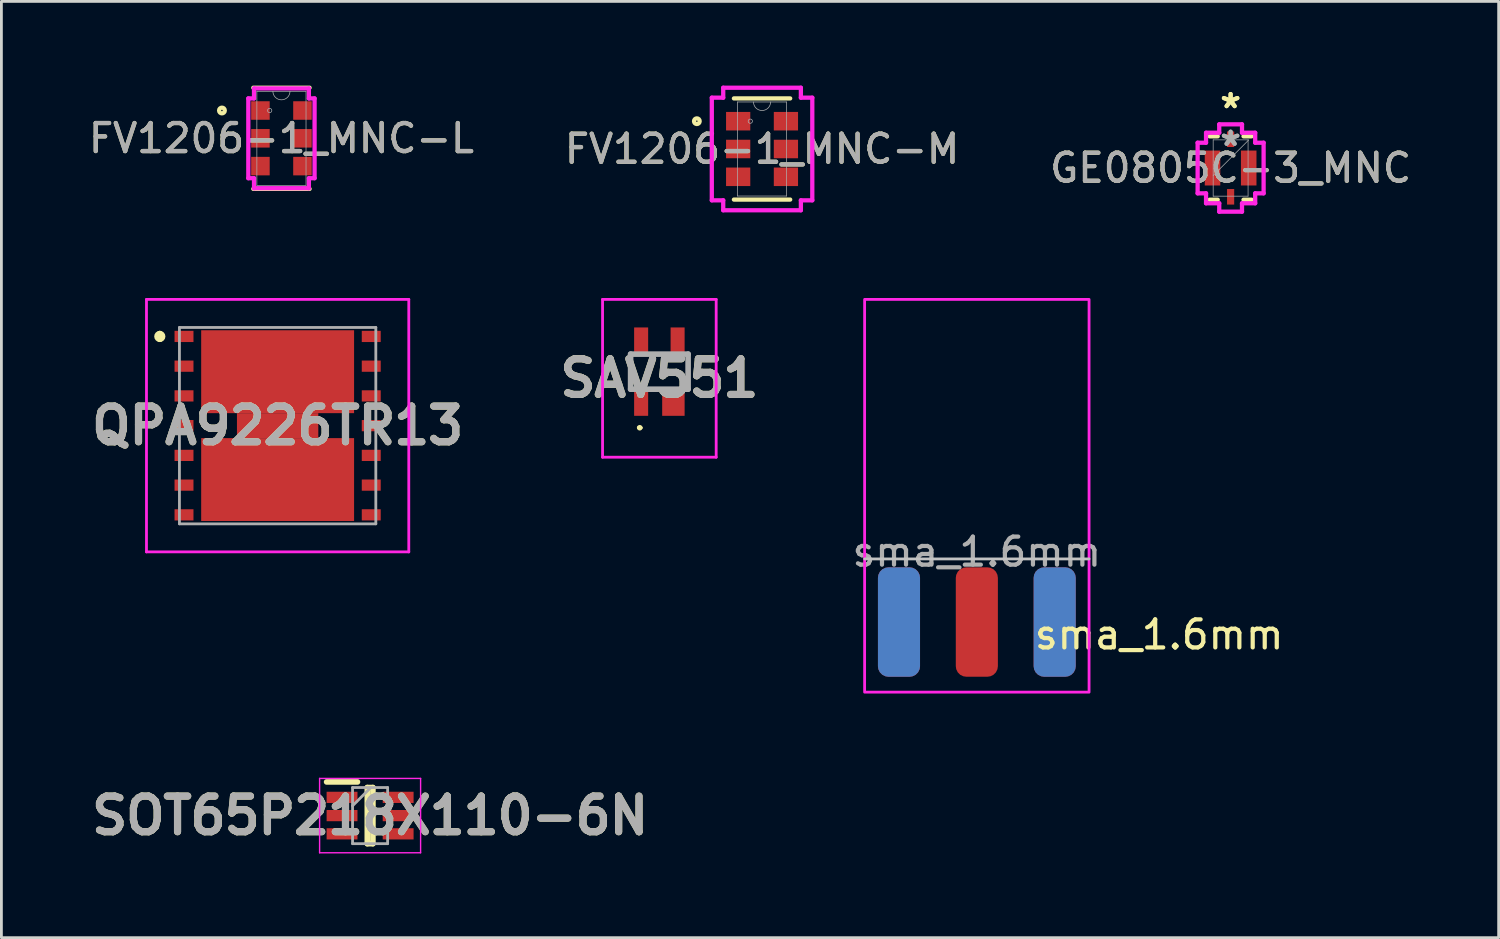
<source format=kicad_pcb>
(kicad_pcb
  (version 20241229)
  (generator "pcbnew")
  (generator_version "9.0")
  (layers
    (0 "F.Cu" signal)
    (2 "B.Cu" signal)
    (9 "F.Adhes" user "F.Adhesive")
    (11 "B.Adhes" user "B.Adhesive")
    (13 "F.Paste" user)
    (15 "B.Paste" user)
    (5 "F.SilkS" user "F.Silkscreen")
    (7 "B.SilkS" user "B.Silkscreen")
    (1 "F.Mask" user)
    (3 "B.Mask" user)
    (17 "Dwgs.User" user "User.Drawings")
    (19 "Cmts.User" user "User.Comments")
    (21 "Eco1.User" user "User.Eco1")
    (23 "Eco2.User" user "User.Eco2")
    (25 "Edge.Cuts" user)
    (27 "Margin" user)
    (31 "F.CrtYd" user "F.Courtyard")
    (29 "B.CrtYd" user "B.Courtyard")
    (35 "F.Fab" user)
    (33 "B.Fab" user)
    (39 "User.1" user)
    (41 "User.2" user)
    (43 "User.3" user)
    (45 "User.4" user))
  (footprint "FV1206-1_MNC-L"
    (layer "F.Cu")
    (at 6.982 1.88)
    (property "Reference" "FV1206-1_MNC-L" (at 0 0 0) (unlocked yes) (layer "F.SilkS") (effects (font (size 1 1) (thickness 0.15))))
    (attr smd)
    (fp_line (start -1.003 1.803) (end 1.003 1.803) (stroke (width 0.152) (type solid)) (layer "F.SilkS"))
    (fp_line (start 1.003 -1.803) (end -1.003 -1.803) (stroke (width 0.152) (type solid)) (layer "F.SilkS"))
    (fp_circle (center -2.121 -0.991) (end -2.019 -0.991) (stroke (width 0.152) (type solid)) (fill no) (layer "F.SilkS"))
    (fp_line (start -1.181 -1.422) (end -0.978 -1.422) (stroke (width 0.152) (type solid)) (layer "F.CrtYd"))
    (fp_line (start -1.181 1.422) (end -1.181 -1.422) (stroke (width 0.152) (type solid)) (layer "F.CrtYd"))
    (fp_line (start -1.181 1.422) (end -0.978 1.422) (stroke (width 0.152) (type solid)) (layer "F.CrtYd"))
    (fp_line (start -0.978 -1.778) (end 0.978 -1.778) (stroke (width 0.152) (type solid)) (layer "F.CrtYd"))
    (fp_line (start -0.978 -1.422) (end -0.978 -1.778) (stroke (width 0.152) (type solid)) (layer "F.CrtYd"))
    (fp_line (start -0.978 1.778) (end -0.978 1.422) (stroke (width 0.152) (type solid)) (layer "F.CrtYd"))
    (fp_line (start 0.978 -1.778) (end 0.978 -1.422) (stroke (width 0.152) (type solid)) (layer "F.CrtYd"))
    (fp_line (start 0.978 1.422) (end 0.978 1.778) (stroke (width 0.152) (type solid)) (layer "F.CrtYd"))
    (fp_line (start 0.978 1.778) (end -0.978 1.778) (stroke (width 0.152) (type solid)) (layer "F.CrtYd"))
    (fp_line (start 1.181 -1.422) (end 0.978 -1.422) (stroke (width 0.152) (type solid)) (layer "F.CrtYd"))
    (fp_line (start 1.181 -1.422) (end 1.181 1.422) (stroke (width 0.152) (type solid)) (layer "F.CrtYd"))
    (fp_line (start 1.181 1.422) (end 0.978 1.422) (stroke (width 0.152) (type solid)) (layer "F.CrtYd"))
    (fp_line (start -0.876 -1.676) (end -0.876 1.676) (stroke (width 0.025) (type solid)) (layer "F.Fab"))
    (fp_line (start -0.876 1.676) (end 0.876 1.676) (stroke (width 0.025) (type solid)) (layer "F.Fab"))
    (fp_line (start 0.876 -1.676) (end -0.876 -1.676) (stroke (width 0.025) (type solid)) (layer "F.Fab"))
    (fp_line (start 0.876 1.676) (end 0.876 -1.676) (stroke (width 0.025) (type solid)) (layer "F.Fab"))
    (fp_arc (start 0.3048 -1.6764) (mid 0 -1.3716) (end -0.3048 -1.6764) (stroke (width 0.0254) (type solid)) (layer "F.Fab"))
    (fp_circle (center -0.419 -0.991) (end -0.343 -0.991) (stroke (width 0.025) (type solid)) (fill no) (layer "F.Fab"))
    (fp_text user "${REFERENCE}" (at 0 0 0) (unlocked yes) (layer "F.Fab") (effects (font (size 1 1) (thickness 0.15))))
    (pad "1" smd rect (at -0.749 -0.991) (size 0.66 0.66) (layers "F.Cu" "F.Mask" "F.Paste"))
    (pad "2" smd rect (at -0.749 0) (size 0.66 0.66) (layers "F.Cu" "F.Mask" "F.Paste"))
    (pad "3" smd rect (at -0.749 0.991) (size 0.66 0.66) (layers "F.Cu" "F.Mask" "F.Paste"))
    (pad "4" smd rect (at 0.749 0.991) (size 0.66 0.66) (layers "F.Cu" "F.Mask" "F.Paste"))
    (pad "5" smd rect (at 0.749 0) (size 0.66 0.66) (layers "F.Cu" "F.Mask" "F.Paste"))
    (pad "6" smd rect (at 0.749 -0.991) (size 0.66 0.66) (layers "F.Cu" "F.Mask" "F.Paste")))
  (footprint "QPA9226TR13"
    (layer "F.Cu")
    (at 6.846 12.122)
    (property "Reference" "QPA9226TR13" (at 0 0 0) (layer "F.SilkS") (effects (font (size 1.27 1.27) (thickness 0.254))))
    (attr smd)
    (fp_line (start -4.2 -3.28) (end -4.2 -3.28) (stroke (width 0.2) (type solid)) (layer "F.SilkS"))
    (fp_line (start -4.2 -3.08) (end -4.2 -3.08) (stroke (width 0.2) (type solid)) (layer "F.SilkS"))
    (fp_arc (start -4.2 -3.28) (mid -4.1 -3.18) (end -4.2 -3.08) (stroke (width 0.2) (type solid)) (layer "F.SilkS"))
    (fp_arc (start -4.2 -3.08) (mid -4.3 -3.18) (end -4.2 -3.28) (stroke (width 0.2) (type solid)) (layer "F.SilkS"))
    (fp_line (start -4.675 -4.5) (end 4.675 -4.5) (stroke (width 0.1) (type solid)) (layer "F.CrtYd"))
    (fp_line (start -4.675 4.5) (end -4.675 -4.5) (stroke (width 0.1) (type solid)) (layer "F.CrtYd"))
    (fp_line (start 4.675 -4.5) (end 4.675 4.5) (stroke (width 0.1) (type solid)) (layer "F.CrtYd"))
    (fp_line (start 4.675 4.5) (end -4.675 4.5) (stroke (width 0.1) (type solid)) (layer "F.CrtYd"))
    (fp_line (start -3.5 -3.5) (end 3.5 -3.5) (stroke (width 0.1) (type solid)) (layer "F.Fab"))
    (fp_line (start -3.5 3.5) (end -3.5 -3.5) (stroke (width 0.1) (type solid)) (layer "F.Fab"))
    (fp_line (start 3.5 -3.5) (end 3.5 3.5) (stroke (width 0.1) (type solid)) (layer "F.Fab"))
    (fp_line (start 3.5 3.5) (end -3.5 3.5) (stroke (width 0.1) (type solid)) (layer "F.Fab"))
    (fp_text user "${REFERENCE}" (at 0 0 0) (layer "F.Fab") (effects (font (size 1.27 1.27) (thickness 0.254))))
    (pad "1" smd rect (at -3.337 -3.18 90) (size 0.4 0.675) (layers "F.Cu" "F.Mask" "F.Paste"))
    (pad "2" smd rect (at -3.337 -2.12 90) (size 0.4 0.675) (layers "F.Cu" "F.Mask" "F.Paste"))
    (pad "3" smd rect (at -3.337 -1.06 90) (size 0.4 0.675) (layers "F.Cu" "F.Mask" "F.Paste"))
    (pad "4" smd rect (at -3.337 0 90) (size 0.4 0.675) (layers "F.Cu" "F.Mask" "F.Paste"))
    (pad "5" smd rect (at -3.337 1.06 90) (size 0.4 0.675) (layers "F.Cu" "F.Mask" "F.Paste"))
    (pad "6" smd rect (at -3.337 2.12 90) (size 0.4 0.675) (layers "F.Cu" "F.Mask" "F.Paste"))
    (pad "7" smd rect (at -3.337 3.18 90) (size 0.4 0.675) (layers "F.Cu" "F.Mask" "F.Paste"))
    (pad "8" smd rect (at 3.337 3.18 90) (size 0.4 0.675) (layers "F.Cu" "F.Mask" "F.Paste"))
    (pad "9" smd rect (at 3.337 2.12 90) (size 0.4 0.675) (layers "F.Cu" "F.Mask" "F.Paste"))
    (pad "10" smd rect (at 3.337 1.06 90) (size 0.4 0.675) (layers "F.Cu" "F.Mask" "F.Paste"))
    (pad "11" smd rect (at 3.337 0 90) (size 0.4 0.675) (layers "F.Cu" "F.Mask" "F.Paste"))
    (pad "12" smd rect (at 3.337 -1.06 90) (size 0.4 0.675) (layers "F.Cu" "F.Mask" "F.Paste"))
    (pad "13" smd rect (at 3.337 -2.12 90) (size 0.4 0.675) (layers "F.Cu" "F.Mask" "F.Paste"))
    (pad "14" smd rect (at 3.337 -3.18 90) (size 0.4 0.675) (layers "F.Cu" "F.Mask" "F.Paste"))
    (pad "15" smd rect (at 0 1.922 90) (size 2.955 5.45) (layers "F.Cu" "F.Mask" "F.Paste"))
    (pad "16" smd rect (at 0 -1.923 90) (size 2.955 5.45) (layers "F.Cu" "F.Mask" "F.Paste"))
    (pad "17" smd rect (at 0 0 90) (size 0.89 2.9) (layers "F.Cu" "F.Mask" "F.Paste")))
  (footprint "SOT65P218X110-6N"
    (layer "F.Cu")
    (at 10.142 26.022)
    (property "Reference" "SOT65P218X110-6N" (at 0 0 0) (layer "F.SilkS") (effects (font (size 1.27 1.27) (thickness 0.254))))
    (attr smd)
    (fp_line (start -1.55 -1.2) (end -0.45 -1.2) (stroke (width 0.2) (type solid)) (layer "F.SilkS"))
    (fp_line (start -0.1 -1) (end 0.1 -1) (stroke (width 0.2) (type solid)) (layer "F.SilkS"))
    (fp_line (start -0.1 1) (end -0.1 -1) (stroke (width 0.2) (type solid)) (layer "F.SilkS"))
    (fp_line (start 0.1 -1) (end 0.1 1) (stroke (width 0.2) (type solid)) (layer "F.SilkS"))
    (fp_line (start 0.1 1) (end -0.1 1) (stroke (width 0.2) (type solid)) (layer "F.SilkS"))
    (fp_line (start -1.8 -1.325) (end 1.8 -1.325) (stroke (width 0.05) (type solid)) (layer "F.CrtYd"))
    (fp_line (start -1.8 1.325) (end -1.8 -1.325) (stroke (width 0.05) (type solid)) (layer "F.CrtYd"))
    (fp_line (start 1.8 -1.325) (end 1.8 1.325) (stroke (width 0.05) (type solid)) (layer "F.CrtYd"))
    (fp_line (start 1.8 1.325) (end -1.8 1.325) (stroke (width 0.05) (type solid)) (layer "F.CrtYd"))
    (fp_line (start -0.625 -1) (end 0.625 -1) (stroke (width 0.1) (type solid)) (layer "F.Fab"))
    (fp_line (start -0.625 -0.35) (end 0.025 -1) (stroke (width 0.1) (type solid)) (layer "F.Fab"))
    (fp_line (start -0.625 1) (end -0.625 -1) (stroke (width 0.1) (type solid)) (layer "F.Fab"))
    (fp_line (start 0.625 -1) (end 0.625 1) (stroke (width 0.1) (type solid)) (layer "F.Fab"))
    (fp_line (start 0.625 1) (end -0.625 1) (stroke (width 0.1) (type solid)) (layer "F.Fab"))
    (fp_text user "${REFERENCE}" (at 0 0 0) (layer "F.Fab") (effects (font (size 1.27 1.27) (thickness 0.254))))
    (pad "1" smd rect (at -1 -0.65 90) (size 0.4 1.1) (layers "F.Cu" "F.Mask" "F.Paste"))
    (pad "2" smd rect (at -1 0 90) (size 0.4 1.1) (layers "F.Cu" "F.Mask" "F.Paste"))
    (pad "3" smd rect (at -1 0.65 90) (size 0.4 1.1) (layers "F.Cu" "F.Mask" "F.Paste"))
    (pad "4" smd rect (at 1 0.65 90) (size 0.4 1.1) (layers "F.Cu" "F.Mask" "F.Paste"))
    (pad "5" smd rect (at 1 0 90) (size 0.4 1.1) (layers "F.Cu" "F.Mask" "F.Paste"))
    (pad "6" smd rect (at 1 -0.65 90) (size 0.4 1.1) (layers "F.Cu" "F.Mask" "F.Paste")))
  (footprint "GE0805C-3_MNC"
    (layer "F.Cu")
    (at 40.815 2.939)
    (property "Reference" "GE0805C-3_MNC" (at 0 0 0) (unlocked yes) (layer "F.SilkS") (effects (font (size 1 1) (thickness 0.15))))
    (attr smd)
    (fp_line (start -0.749 1.13) (end -0.46 1.13) (stroke (width 0.152) (type solid)) (layer "F.SilkS"))
    (fp_line (start -0.46 -1.13) (end -0.749 -1.13) (stroke (width 0.152) (type solid)) (layer "F.SilkS"))
    (fp_line (start 0.46 1.13) (end 0.749 1.13) (stroke (width 0.152) (type solid)) (layer "F.SilkS"))
    (fp_line (start 0.749 -1.13) (end 0.46 -1.13) (stroke (width 0.152) (type solid)) (layer "F.SilkS"))
    (fp_line (start -1.176 -0.902) (end -0.876 -0.902) (stroke (width 0.152) (type solid)) (layer "F.CrtYd"))
    (fp_line (start -1.176 0.902) (end -1.176 -0.902) (stroke (width 0.152) (type solid)) (layer "F.CrtYd"))
    (fp_line (start -0.876 -1.257) (end -0.406 -1.257) (stroke (width 0.152) (type solid)) (layer "F.CrtYd"))
    (fp_line (start -0.876 -0.902) (end -0.876 -1.257) (stroke (width 0.152) (type solid)) (layer "F.CrtYd"))
    (fp_line (start -0.876 0.902) (end -1.176 0.902) (stroke (width 0.152) (type solid)) (layer "F.CrtYd"))
    (fp_line (start -0.876 1.257) (end -0.876 0.902) (stroke (width 0.152) (type solid)) (layer "F.CrtYd"))
    (fp_line (start -0.876 1.257) (end -0.406 1.257) (stroke (width 0.152) (type solid)) (layer "F.CrtYd"))
    (fp_line (start -0.406 -1.557) (end 0.406 -1.557) (stroke (width 0.152) (type solid)) (layer "F.CrtYd"))
    (fp_line (start -0.406 -1.257) (end -0.406 -1.557) (stroke (width 0.152) (type solid)) (layer "F.CrtYd"))
    (fp_line (start -0.406 1.257) (end -0.406 1.557) (stroke (width 0.152) (type solid)) (layer "F.CrtYd"))
    (fp_line (start -0.406 1.557) (end 0.406 1.557) (stroke (width 0.152) (type solid)) (layer "F.CrtYd"))
    (fp_line (start 0.406 -1.557) (end 0.406 -1.257) (stroke (width 0.152) (type solid)) (layer "F.CrtYd"))
    (fp_line (start 0.406 -1.257) (end 0.876 -1.257) (stroke (width 0.152) (type solid)) (layer "F.CrtYd"))
    (fp_line (start 0.406 1.257) (end 0.876 1.257) (stroke (width 0.152) (type solid)) (layer "F.CrtYd"))
    (fp_line (start 0.406 1.557) (end 0.406 1.257) (stroke (width 0.152) (type solid)) (layer "F.CrtYd"))
    (fp_line (start 0.876 -0.902) (end 0.876 -1.257) (stroke (width 0.152) (type solid)) (layer "F.CrtYd"))
    (fp_line (start 0.876 0.902) (end 1.176 0.902) (stroke (width 0.152) (type solid)) (layer "F.CrtYd"))
    (fp_line (start 0.876 1.257) (end 0.876 0.902) (stroke (width 0.152) (type solid)) (layer "F.CrtYd"))
    (fp_line (start 1.176 -0.902) (end 0.876 -0.902) (stroke (width 0.152) (type solid)) (layer "F.CrtYd"))
    (fp_line (start 1.176 0.902) (end 1.176 -0.902) (stroke (width 0.152) (type solid)) (layer "F.CrtYd"))
    (fp_line (start -0.622 -1.003) (end -0.622 1.003) (stroke (width 0.025) (type solid)) (layer "F.Fab"))
    (fp_line (start -0.622 0.267) (end 0.648 -1.003) (stroke (width 0.025) (type solid)) (layer "F.Fab"))
    (fp_line (start -0.622 1.003) (end 0.622 1.003) (stroke (width 0.025) (type solid)) (layer "F.Fab"))
    (fp_line (start 0.622 -1.003) (end -0.622 -1.003) (stroke (width 0.025) (type solid)) (layer "F.Fab"))
    (fp_line (start 0.622 1.003) (end 0.622 -1.003) (stroke (width 0.025) (type solid)) (layer "F.Fab"))
    (fp_text user "*" (at 0 -2.091 0) (unlocked yes) (layer "F.SilkS") (effects (font (size 1 1) (thickness 0.15))))
    (fp_text user "*" (at 0 -2.091 0) (layer "F.SilkS") (effects (font (size 1 1) (thickness 0.15))))
    (fp_text user "*" (at 0 -0.749 0) (layer "F.Fab") (effects (font (size 1 1) (thickness 0.15))))
    (fp_text user "${REFERENCE}" (at 0 0 0) (unlocked yes) (layer "F.Fab") (effects (font (size 1 1) (thickness 0.15))))
    (fp_text user "*" (at 0 -0.749 0) (unlocked yes) (layer "F.Fab") (effects (font (size 1 1) (thickness 0.15))))
    (pad "1" smd rect (at 0 -1.026) (size 0.255 0.554) (layers "F.Cu" "F.Mask" "F.Paste"))
    (pad "2" smd rect (at -0.645 0 90) (size 1.245 0.554) (layers "F.Cu" "F.Mask" "F.Paste"))
    (pad "3" smd rect (at 0 1.026) (size 0.255 0.554) (layers "F.Cu" "F.Mask" "F.Paste"))
    (pad "4" smd rect (at 0.645 0 90) (size 1.245 0.554) (layers "F.Cu" "F.Mask" "F.Paste")))
  (footprint "SAV551"
    (layer "F.Cu")
    (at 20.453 10.197)
    (property "Reference" "SAV551" (at 0 0.237 0) (layer "F.SilkS") (effects (font (size 1.27 1.27) (thickness 0.254))))
    (attr smd)
    (fp_line (start -1.025 -0.4) (end -1.025 0.4) (stroke (width 0.1) (type solid)) (layer "F.SilkS"))
    (fp_line (start -0.75 2) (end -0.75 2) (stroke (width 0.1) (type solid)) (layer "F.SilkS"))
    (fp_line (start -0.65 2) (end -0.65 2) (stroke (width 0.1) (type solid)) (layer "F.SilkS"))
    (fp_line (start 1.025 -0.4) (end 1.025 0.4) (stroke (width 0.1) (type solid)) (layer "F.SilkS"))
    (fp_arc (start -0.75 2) (mid -0.7 1.95) (end -0.65 2) (stroke (width 0.1) (type solid)) (layer "F.SilkS"))
    (fp_arc (start -0.65 2) (mid -0.7 2.05) (end -0.75 2) (stroke (width 0.1) (type solid)) (layer "F.SilkS"))
    (fp_line (start -2.025 -2.575) (end 2.025 -2.575) (stroke (width 0.1) (type solid)) (layer "F.CrtYd"))
    (fp_line (start -2.025 3.05) (end -2.025 -2.575) (stroke (width 0.1) (type solid)) (layer "F.CrtYd"))
    (fp_line (start 2.025 -2.575) (end 2.025 3.05) (stroke (width 0.1) (type solid)) (layer "F.CrtYd"))
    (fp_line (start 2.025 3.05) (end -2.025 3.05) (stroke (width 0.1) (type solid)) (layer "F.CrtYd"))
    (fp_line (start -1.025 -0.625) (end 1.025 -0.625) (stroke (width 0.2) (type solid)) (layer "F.Fab"))
    (fp_line (start -1.025 0.625) (end -1.025 -0.625) (stroke (width 0.2) (type solid)) (layer "F.Fab"))
    (fp_line (start 1.025 -0.625) (end 1.025 0.625) (stroke (width 0.2) (type solid)) (layer "F.Fab"))
    (fp_line (start 1.025 0.625) (end -1.025 0.625) (stroke (width 0.2) (type solid)) (layer "F.Fab"))
    (fp_text user "${REFERENCE}" (at 0 0.237 0) (layer "F.Fab") (effects (font (size 1.27 1.27) (thickness 0.254))))
    (pad "1" smd rect (at -0.65 1.1) (size 0.5 0.95) (layers "F.Cu" "F.Mask" "F.Paste"))
    (pad "2" smd rect (at 0.5 1.1) (size 0.8 0.95) (layers "F.Cu" "F.Mask" "F.Paste"))
    (pad "3" smd rect (at 0.65 -1.1) (size 0.5 0.95) (layers "F.Cu" "F.Mask" "F.Paste"))
    (pad "4" smd rect (at -0.65 -1.1) (size 0.5 0.95) (layers "F.Cu" "F.Mask" "F.Paste")))
  (footprint "FV1206-1_MNC-M"
    (layer "F.Cu")
    (at 24.113 2.261)
    (property "Reference" "FV1206-1_MNC-M" (at 0 0 0) (unlocked yes) (layer "F.SilkS") (effects (font (size 1 1) (thickness 0.15))))
    (attr smd)
    (fp_line (start -1.003 1.803) (end 1.003 1.803) (stroke (width 0.152) (type solid)) (layer "F.SilkS"))
    (fp_line (start 1.003 -1.803) (end -1.003 -1.803) (stroke (width 0.152) (type solid)) (layer "F.SilkS"))
    (fp_circle (center -2.324 -0.991) (end -2.223 -0.991) (stroke (width 0.152) (type solid)) (fill no) (layer "F.SilkS"))
    (fp_line (start -1.791 -1.829) (end -1.384 -1.829) (stroke (width 0.152) (type solid)) (layer "F.CrtYd"))
    (fp_line (start -1.791 1.829) (end -1.791 -1.829) (stroke (width 0.152) (type solid)) (layer "F.CrtYd"))
    (fp_line (start -1.791 1.829) (end -1.384 1.829) (stroke (width 0.152) (type solid)) (layer "F.CrtYd"))
    (fp_line (start -1.384 -2.184) (end 1.384 -2.184) (stroke (width 0.152) (type solid)) (layer "F.CrtYd"))
    (fp_line (start -1.384 -1.829) (end -1.384 -2.184) (stroke (width 0.152) (type solid)) (layer "F.CrtYd"))
    (fp_line (start -1.384 2.184) (end -1.384 1.829) (stroke (width 0.152) (type solid)) (layer "F.CrtYd"))
    (fp_line (start 1.384 -2.184) (end 1.384 -1.829) (stroke (width 0.152) (type solid)) (layer "F.CrtYd"))
    (fp_line (start 1.384 1.829) (end 1.384 2.184) (stroke (width 0.152) (type solid)) (layer "F.CrtYd"))
    (fp_line (start 1.384 2.184) (end -1.384 2.184) (stroke (width 0.152) (type solid)) (layer "F.CrtYd"))
    (fp_line (start 1.791 -1.829) (end 1.384 -1.829) (stroke (width 0.152) (type solid)) (layer "F.CrtYd"))
    (fp_line (start 1.791 -1.829) (end 1.791 1.829) (stroke (width 0.152) (type solid)) (layer "F.CrtYd"))
    (fp_line (start 1.791 1.829) (end 1.384 1.829) (stroke (width 0.152) (type solid)) (layer "F.CrtYd"))
    (fp_line (start -0.876 -1.676) (end -0.876 1.676) (stroke (width 0.025) (type solid)) (layer "F.Fab"))
    (fp_line (start -0.876 1.676) (end 0.876 1.676) (stroke (width 0.025) (type solid)) (layer "F.Fab"))
    (fp_line (start 0.876 -1.676) (end -0.876 -1.676) (stroke (width 0.025) (type solid)) (layer "F.Fab"))
    (fp_line (start 0.876 1.676) (end 0.876 -1.676) (stroke (width 0.025) (type solid)) (layer "F.Fab"))
    (fp_arc (start 0.3048 -1.6764) (mid 0 -1.3716) (end -0.3048 -1.6764) (stroke (width 0.0254) (type solid)) (layer "F.Fab"))
    (fp_circle (center -0.419 -0.991) (end -0.343 -0.991) (stroke (width 0.025) (type solid)) (fill no) (layer "F.Fab"))
    (fp_text user "${REFERENCE}" (at 0 0 0) (unlocked yes) (layer "F.Fab") (effects (font (size 1 1) (thickness 0.15))))
    (pad "1" smd rect (at -0.851 -0.991) (size 0.864 0.66) (layers "F.Cu" "F.Mask" "F.Paste"))
    (pad "2" smd rect (at -0.851 0) (size 0.864 0.66) (layers "F.Cu" "F.Mask" "F.Paste"))
    (pad "3" smd rect (at -0.851 0.991) (size 0.864 0.66) (layers "F.Cu" "F.Mask" "F.Paste"))
    (pad "4" smd rect (at 0.851 0.991) (size 0.864 0.66) (layers "F.Cu" "F.Mask" "F.Paste"))
    (pad "5" smd rect (at 0.851 0) (size 0.864 0.66) (layers "F.Cu" "F.Mask" "F.Paste"))
    (pad "6" smd rect (at 0.851 -0.991) (size 0.864 0.66) (layers "F.Cu" "F.Mask" "F.Paste")))
  (footprint "sma_1.6mm"
    (layer "F.Cu")
    (at 31.769 14.122)
    (property "Reference" "sma_1.6mm" (at 6.5 5.45 0) (unlocked yes) (layer "F.SilkS") (effects (font (size 1 1) (thickness 0.15))))
    (attr smd)
    (fp_line (start -4 2.75) (end 4 2.75) (stroke (width 0.1) (type default)) (layer "Dwgs.User"))
    (fp_rect (start -4 -6.5) (end 4 7.5) (stroke (width 0.1) (type default)) (fill no) (layer "F.CrtYd"))
    (fp_text user "${REFERENCE}" (at 0 2.5 0) (unlocked yes) (layer "F.Fab") (effects (font (size 1 1) (thickness 0.15))))
    (pad "1" smd roundrect (at 0 5) (size 1.5 3.9) (layers "F.Cu" "F.Mask" "F.Paste") (roundrect_rratio 0.25))
    (pad "SH1" smd roundrect (at -2.775 5) (size 1.5 3.9) (layers "F.Cu" "F.Mask" "F.Paste") (roundrect_rratio 0.25))
    (pad "SH2" smd roundrect (at 2.775 5) (size 1.5 3.9) (layers "F.Cu" "F.Mask" "F.Paste") (roundrect_rratio 0.25))
    (pad "SH3" smd roundrect (at 2.775 5) (size 1.5 3.9) (layers "B.Cu" "B.Mask" "B.Paste") (roundrect_rratio 0.25))
    (pad "SH4" smd roundrect (at -2.775 5) (size 1.5 3.9) (layers "B.Cu" "B.Mask" "B.Paste") (roundrect_rratio 0.25)))
  (gr_rect
    (start -3 -3)
    (end 50.369 30.372)
    (stroke (width 0.1) (type default))
    (fill no)
    (layer "Edge.Cuts")))
</source>
